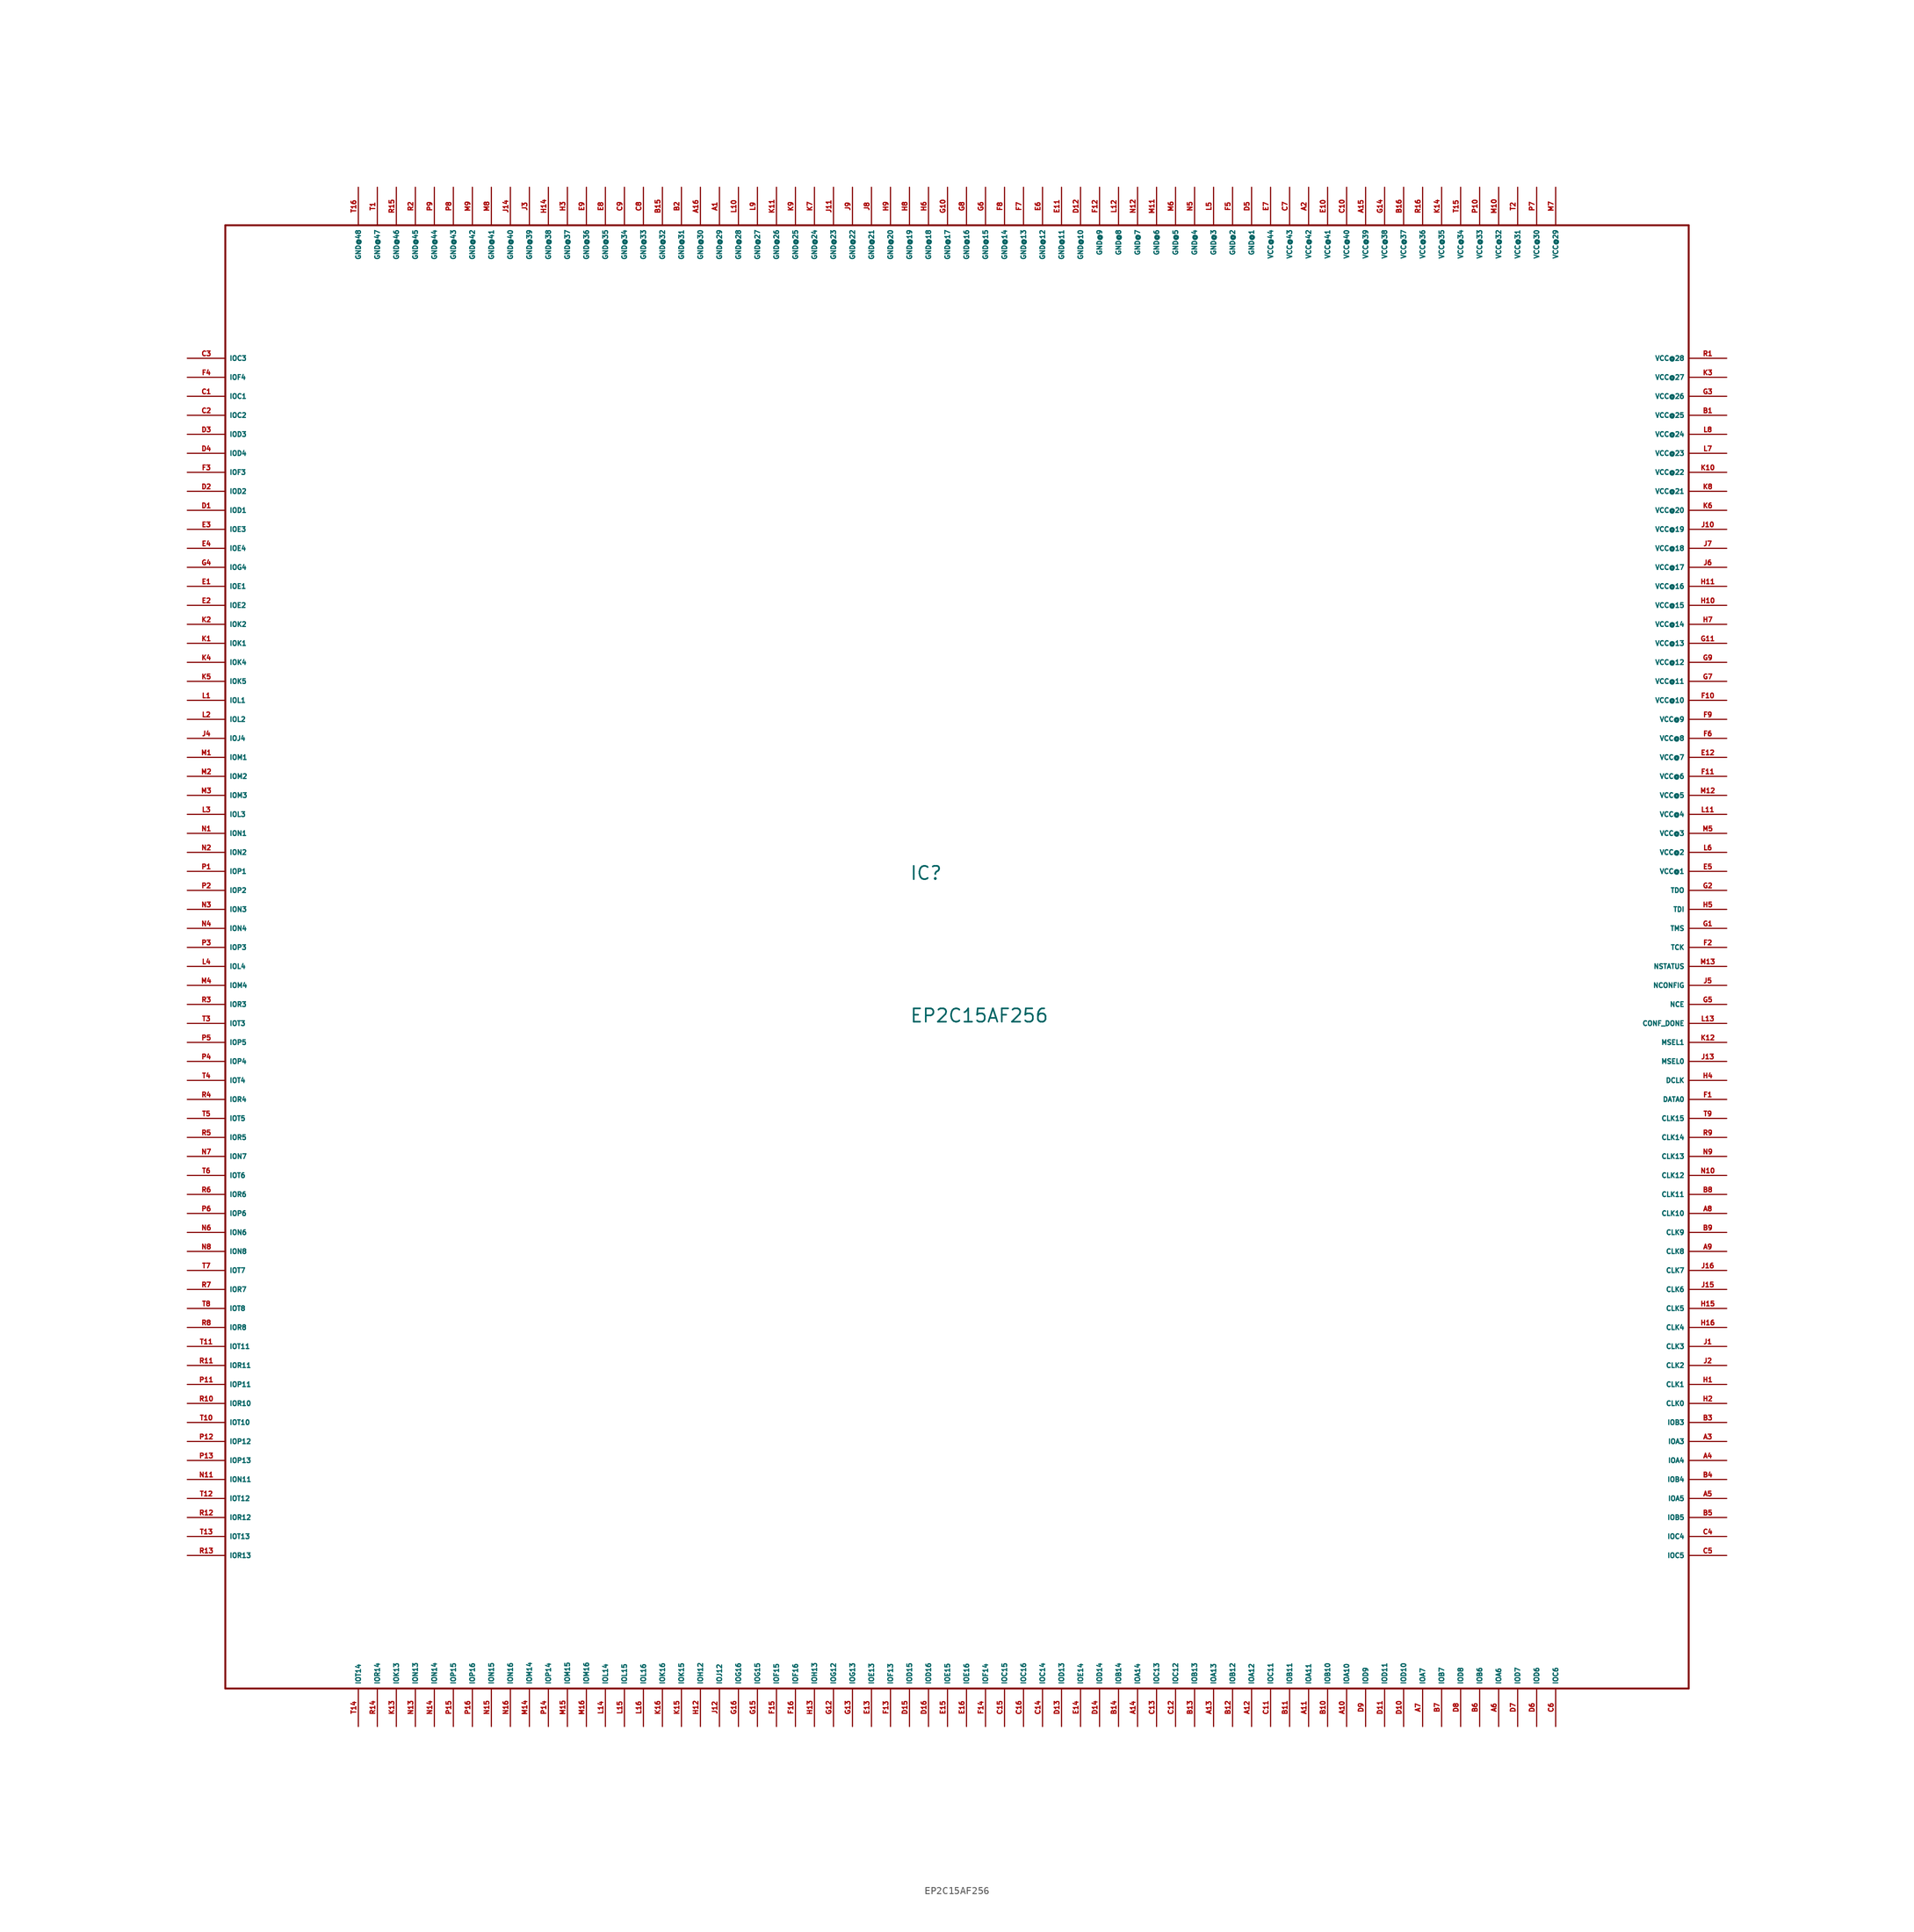
<source format=kicad_sym>
(kicad_symbol_lib
  (version 20220914)
  (generator Eagle2Kicad)
  (symbol "EP2C15AF256"
    (property "Reference" "IC"
      (at -5.08 8.89 0)
      (effects (font (size 1.778 1.778) (thickness 0.22)) (justify left bottom)))
    (property "Value" "EP2C15AF256"
      (at -5.08 -10.16 0)
      (effects (font (size 1.778 1.778) (thickness 0.22)) (justify left bottom)))
    (polyline
      (pts (xy -96.52 96.52) (xy 99.06 96.52))
      (stroke (width 0.254) (type default))
      (fill (type none)))
    (polyline
      (pts (xy 99.06 96.52) (xy 99.06 -99.06))
      (stroke (width 0.254) (type default))
      (fill (type none)))
    (polyline
      (pts (xy 99.06 -99.06) (xy -96.52 -99.06))
      (stroke (width 0.254) (type default))
      (fill (type none)))
    (polyline
      (pts (xy -96.52 -99.06) (xy -96.52 96.52))
      (stroke (width 0.254) (type default))
      (fill (type none)))
    (pin output line
      (at -101.6 78.74 0)
      (length 5.08)
      (name "IOC3" (effects (font (size 0.635 0.635) (thickness 0.08)) (justify left bottom)))
      (number "C3" (effects (font (size 0.635 0.635) (thickness 0.08)) (justify left bottom))))
    (pin output line
      (at -101.6 76.2 0)
      (length 5.08)
      (name "IOF4" (effects (font (size 0.635 0.635) (thickness 0.08)) (justify left bottom)))
      (number "F4" (effects (font (size 0.635 0.635) (thickness 0.08)) (justify left bottom))))
    (pin bidirectional line
      (at -101.6 73.66 0)
      (length 5.08)
      (name "IOC1" (effects (font (size 0.635 0.635) (thickness 0.08)) (justify left bottom)))
      (number "C1" (effects (font (size 0.635 0.635) (thickness 0.08)) (justify left bottom))))
    (pin bidirectional line
      (at -101.6 71.12 0)
      (length 5.08)
      (name "IOC2" (effects (font (size 0.635 0.635) (thickness 0.08)) (justify left bottom)))
      (number "C2" (effects (font (size 0.635 0.635) (thickness 0.08)) (justify left bottom))))
    (pin bidirectional line
      (at -101.6 68.58 0)
      (length 5.08)
      (name "IOD3" (effects (font (size 0.635 0.635) (thickness 0.08)) (justify left bottom)))
      (number "D3" (effects (font (size 0.635 0.635) (thickness 0.08)) (justify left bottom))))
    (pin bidirectional line
      (at -101.6 66.04 0)
      (length 5.08)
      (name "IOD4" (effects (font (size 0.635 0.635) (thickness 0.08)) (justify left bottom)))
      (number "D4" (effects (font (size 0.635 0.635) (thickness 0.08)) (justify left bottom))))
    (pin bidirectional line
      (at -101.6 63.5 0)
      (length 5.08)
      (name "IOF3" (effects (font (size 0.635 0.635) (thickness 0.08)) (justify left bottom)))
      (number "F3" (effects (font (size 0.635 0.635) (thickness 0.08)) (justify left bottom))))
    (pin bidirectional line
      (at -101.6 60.96 0)
      (length 5.08)
      (name "IOD2" (effects (font (size 0.635 0.635) (thickness 0.08)) (justify left bottom)))
      (number "D2" (effects (font (size 0.635 0.635) (thickness 0.08)) (justify left bottom))))
    (pin bidirectional line
      (at -101.6 58.42 0)
      (length 5.08)
      (name "IOD1" (effects (font (size 0.635 0.635) (thickness 0.08)) (justify left bottom)))
      (number "D1" (effects (font (size 0.635 0.635) (thickness 0.08)) (justify left bottom))))
    (pin bidirectional line
      (at -101.6 55.88 0)
      (length 5.08)
      (name "IOE3" (effects (font (size 0.635 0.635) (thickness 0.08)) (justify left bottom)))
      (number "E3" (effects (font (size 0.635 0.635) (thickness 0.08)) (justify left bottom))))
    (pin bidirectional line
      (at -101.6 53.34 0)
      (length 5.08)
      (name "IOE4" (effects (font (size 0.635 0.635) (thickness 0.08)) (justify left bottom)))
      (number "E4" (effects (font (size 0.635 0.635) (thickness 0.08)) (justify left bottom))))
    (pin bidirectional line
      (at -101.6 50.8 0)
      (length 5.08)
      (name "IOG4" (effects (font (size 0.635 0.635) (thickness 0.08)) (justify left bottom)))
      (number "G4" (effects (font (size 0.635 0.635) (thickness 0.08)) (justify left bottom))))
    (pin bidirectional line
      (at -101.6 48.26 0)
      (length 5.08)
      (name "IOE1" (effects (font (size 0.635 0.635) (thickness 0.08)) (justify left bottom)))
      (number "E1" (effects (font (size 0.635 0.635) (thickness 0.08)) (justify left bottom))))
    (pin bidirectional line
      (at -101.6 45.72 0)
      (length 5.08)
      (name "IOE2" (effects (font (size 0.635 0.635) (thickness 0.08)) (justify left bottom)))
      (number "E2" (effects (font (size 0.635 0.635) (thickness 0.08)) (justify left bottom))))
    (pin bidirectional line
      (at -101.6 43.18 0)
      (length 5.08)
      (name "IOK2" (effects (font (size 0.635 0.635) (thickness 0.08)) (justify left bottom)))
      (number "K2" (effects (font (size 0.635 0.635) (thickness 0.08)) (justify left bottom))))
    (pin bidirectional line
      (at -101.6 40.64 0)
      (length 5.08)
      (name "IOK1" (effects (font (size 0.635 0.635) (thickness 0.08)) (justify left bottom)))
      (number "K1" (effects (font (size 0.635 0.635) (thickness 0.08)) (justify left bottom))))
    (pin bidirectional line
      (at -101.6 38.1 0)
      (length 5.08)
      (name "IOK4" (effects (font (size 0.635 0.635) (thickness 0.08)) (justify left bottom)))
      (number "K4" (effects (font (size 0.635 0.635) (thickness 0.08)) (justify left bottom))))
    (pin bidirectional line
      (at -101.6 35.56 0)
      (length 5.08)
      (name "IOK5" (effects (font (size 0.635 0.635) (thickness 0.08)) (justify left bottom)))
      (number "K5" (effects (font (size 0.635 0.635) (thickness 0.08)) (justify left bottom))))
    (pin bidirectional line
      (at -101.6 33.02 0)
      (length 5.08)
      (name "IOL1" (effects (font (size 0.635 0.635) (thickness 0.08)) (justify left bottom)))
      (number "L1" (effects (font (size 0.635 0.635) (thickness 0.08)) (justify left bottom))))
    (pin bidirectional line
      (at -101.6 30.48 0)
      (length 5.08)
      (name "IOL2" (effects (font (size 0.635 0.635) (thickness 0.08)) (justify left bottom)))
      (number "L2" (effects (font (size 0.635 0.635) (thickness 0.08)) (justify left bottom))))
    (pin bidirectional line
      (at -101.6 27.94 0)
      (length 5.08)
      (name "IOJ4" (effects (font (size 0.635 0.635) (thickness 0.08)) (justify left bottom)))
      (number "J4" (effects (font (size 0.635 0.635) (thickness 0.08)) (justify left bottom))))
    (pin bidirectional line
      (at -101.6 25.4 0)
      (length 5.08)
      (name "IOM1" (effects (font (size 0.635 0.635) (thickness 0.08)) (justify left bottom)))
      (number "M1" (effects (font (size 0.635 0.635) (thickness 0.08)) (justify left bottom))))
    (pin bidirectional line
      (at -101.6 22.86 0)
      (length 5.08)
      (name "IOM2" (effects (font (size 0.635 0.635) (thickness 0.08)) (justify left bottom)))
      (number "M2" (effects (font (size 0.635 0.635) (thickness 0.08)) (justify left bottom))))
    (pin bidirectional line
      (at -101.6 20.32 0)
      (length 5.08)
      (name "IOM3" (effects (font (size 0.635 0.635) (thickness 0.08)) (justify left bottom)))
      (number "M3" (effects (font (size 0.635 0.635) (thickness 0.08)) (justify left bottom))))
    (pin bidirectional line
      (at -101.6 17.78 0)
      (length 5.08)
      (name "IOL3" (effects (font (size 0.635 0.635) (thickness 0.08)) (justify left bottom)))
      (number "L3" (effects (font (size 0.635 0.635) (thickness 0.08)) (justify left bottom))))
    (pin bidirectional line
      (at -101.6 15.24 0)
      (length 5.08)
      (name "ION1" (effects (font (size 0.635 0.635) (thickness 0.08)) (justify left bottom)))
      (number "N1" (effects (font (size 0.635 0.635) (thickness 0.08)) (justify left bottom))))
    (pin bidirectional line
      (at -101.6 12.7 0)
      (length 5.08)
      (name "ION2" (effects (font (size 0.635 0.635) (thickness 0.08)) (justify left bottom)))
      (number "N2" (effects (font (size 0.635 0.635) (thickness 0.08)) (justify left bottom))))
    (pin bidirectional line
      (at -101.6 10.16 0)
      (length 5.08)
      (name "IOP1" (effects (font (size 0.635 0.635) (thickness 0.08)) (justify left bottom)))
      (number "P1" (effects (font (size 0.635 0.635) (thickness 0.08)) (justify left bottom))))
    (pin bidirectional line
      (at -101.6 7.62 0)
      (length 5.08)
      (name "IOP2" (effects (font (size 0.635 0.635) (thickness 0.08)) (justify left bottom)))
      (number "P2" (effects (font (size 0.635 0.635) (thickness 0.08)) (justify left bottom))))
    (pin bidirectional line
      (at -101.6 5.08 0)
      (length 5.08)
      (name "ION3" (effects (font (size 0.635 0.635) (thickness 0.08)) (justify left bottom)))
      (number "N3" (effects (font (size 0.635 0.635) (thickness 0.08)) (justify left bottom))))
    (pin bidirectional line
      (at -101.6 2.54 0)
      (length 5.08)
      (name "ION4" (effects (font (size 0.635 0.635) (thickness 0.08)) (justify left bottom)))
      (number "N4" (effects (font (size 0.635 0.635) (thickness 0.08)) (justify left bottom))))
    (pin bidirectional line
      (at -101.6 0 0)
      (length 5.08)
      (name "IOP3" (effects (font (size 0.635 0.635) (thickness 0.08)) (justify left bottom)))
      (number "P3" (effects (font (size 0.635 0.635) (thickness 0.08)) (justify left bottom))))
    (pin bidirectional line
      (at -101.6 -2.54 0)
      (length 5.08)
      (name "IOL4" (effects (font (size 0.635 0.635) (thickness 0.08)) (justify left bottom)))
      (number "L4" (effects (font (size 0.635 0.635) (thickness 0.08)) (justify left bottom))))
    (pin bidirectional line
      (at -101.6 -5.08 0)
      (length 5.08)
      (name "IOM4" (effects (font (size 0.635 0.635) (thickness 0.08)) (justify left bottom)))
      (number "M4" (effects (font (size 0.635 0.635) (thickness 0.08)) (justify left bottom))))
    (pin bidirectional line
      (at -101.6 -7.62 0)
      (length 5.08)
      (name "IOR3" (effects (font (size 0.635 0.635) (thickness 0.08)) (justify left bottom)))
      (number "R3" (effects (font (size 0.635 0.635) (thickness 0.08)) (justify left bottom))))
    (pin bidirectional line
      (at -101.6 -10.16 0)
      (length 5.08)
      (name "IOT3" (effects (font (size 0.635 0.635) (thickness 0.08)) (justify left bottom)))
      (number "T3" (effects (font (size 0.635 0.635) (thickness 0.08)) (justify left bottom))))
    (pin bidirectional line
      (at -101.6 -12.7 0)
      (length 5.08)
      (name "IOP5" (effects (font (size 0.635 0.635) (thickness 0.08)) (justify left bottom)))
      (number "P5" (effects (font (size 0.635 0.635) (thickness 0.08)) (justify left bottom))))
    (pin bidirectional line
      (at -101.6 -15.24 0)
      (length 5.08)
      (name "IOP4" (effects (font (size 0.635 0.635) (thickness 0.08)) (justify left bottom)))
      (number "P4" (effects (font (size 0.635 0.635) (thickness 0.08)) (justify left bottom))))
    (pin bidirectional line
      (at -101.6 -17.78 0)
      (length 5.08)
      (name "IOT4" (effects (font (size 0.635 0.635) (thickness 0.08)) (justify left bottom)))
      (number "T4" (effects (font (size 0.635 0.635) (thickness 0.08)) (justify left bottom))))
    (pin bidirectional line
      (at -101.6 -20.32 0)
      (length 5.08)
      (name "IOR4" (effects (font (size 0.635 0.635) (thickness 0.08)) (justify left bottom)))
      (number "R4" (effects (font (size 0.635 0.635) (thickness 0.08)) (justify left bottom))))
    (pin bidirectional line
      (at -101.6 -22.86 0)
      (length 5.08)
      (name "IOT5" (effects (font (size 0.635 0.635) (thickness 0.08)) (justify left bottom)))
      (number "T5" (effects (font (size 0.635 0.635) (thickness 0.08)) (justify left bottom))))
    (pin bidirectional line
      (at -101.6 -25.4 0)
      (length 5.08)
      (name "IOR5" (effects (font (size 0.635 0.635) (thickness 0.08)) (justify left bottom)))
      (number "R5" (effects (font (size 0.635 0.635) (thickness 0.08)) (justify left bottom))))
    (pin bidirectional line
      (at -101.6 -27.94 0)
      (length 5.08)
      (name "ION7" (effects (font (size 0.635 0.635) (thickness 0.08)) (justify left bottom)))
      (number "N7" (effects (font (size 0.635 0.635) (thickness 0.08)) (justify left bottom))))
    (pin bidirectional line
      (at -101.6 -30.48 0)
      (length 5.08)
      (name "IOT6" (effects (font (size 0.635 0.635) (thickness 0.08)) (justify left bottom)))
      (number "T6" (effects (font (size 0.635 0.635) (thickness 0.08)) (justify left bottom))))
    (pin bidirectional line
      (at -101.6 -33.02 0)
      (length 5.08)
      (name "IOR6" (effects (font (size 0.635 0.635) (thickness 0.08)) (justify left bottom)))
      (number "R6" (effects (font (size 0.635 0.635) (thickness 0.08)) (justify left bottom))))
    (pin bidirectional line
      (at -101.6 -35.56 0)
      (length 5.08)
      (name "IOP6" (effects (font (size 0.635 0.635) (thickness 0.08)) (justify left bottom)))
      (number "P6" (effects (font (size 0.635 0.635) (thickness 0.08)) (justify left bottom))))
    (pin bidirectional line
      (at -101.6 -38.1 0)
      (length 5.08)
      (name "ION6" (effects (font (size 0.635 0.635) (thickness 0.08)) (justify left bottom)))
      (number "N6" (effects (font (size 0.635 0.635) (thickness 0.08)) (justify left bottom))))
    (pin bidirectional line
      (at -101.6 -40.64 0)
      (length 5.08)
      (name "ION8" (effects (font (size 0.635 0.635) (thickness 0.08)) (justify left bottom)))
      (number "N8" (effects (font (size 0.635 0.635) (thickness 0.08)) (justify left bottom))))
    (pin bidirectional line
      (at -101.6 -43.18 0)
      (length 5.08)
      (name "IOT7" (effects (font (size 0.635 0.635) (thickness 0.08)) (justify left bottom)))
      (number "T7" (effects (font (size 0.635 0.635) (thickness 0.08)) (justify left bottom))))
    (pin bidirectional line
      (at -101.6 -45.72 0)
      (length 5.08)
      (name "IOR7" (effects (font (size 0.635 0.635) (thickness 0.08)) (justify left bottom)))
      (number "R7" (effects (font (size 0.635 0.635) (thickness 0.08)) (justify left bottom))))
    (pin bidirectional line
      (at -101.6 -48.26 0)
      (length 5.08)
      (name "IOT8" (effects (font (size 0.635 0.635) (thickness 0.08)) (justify left bottom)))
      (number "T8" (effects (font (size 0.635 0.635) (thickness 0.08)) (justify left bottom))))
    (pin bidirectional line
      (at -101.6 -50.8 0)
      (length 5.08)
      (name "IOR8" (effects (font (size 0.635 0.635) (thickness 0.08)) (justify left bottom)))
      (number "R8" (effects (font (size 0.635 0.635) (thickness 0.08)) (justify left bottom))))
    (pin bidirectional line
      (at -101.6 -53.34 0)
      (length 5.08)
      (name "IOT11" (effects (font (size 0.635 0.635) (thickness 0.08)) (justify left bottom)))
      (number "T11" (effects (font (size 0.635 0.635) (thickness 0.08)) (justify left bottom))))
    (pin bidirectional line
      (at -101.6 -55.88 0)
      (length 5.08)
      (name "IOR11" (effects (font (size 0.635 0.635) (thickness 0.08)) (justify left bottom)))
      (number "R11" (effects (font (size 0.635 0.635) (thickness 0.08)) (justify left bottom))))
    (pin bidirectional line
      (at -101.6 -58.42 0)
      (length 5.08)
      (name "IOP11" (effects (font (size 0.635 0.635) (thickness 0.08)) (justify left bottom)))
      (number "P11" (effects (font (size 0.635 0.635) (thickness 0.08)) (justify left bottom))))
    (pin bidirectional line
      (at -101.6 -60.96 0)
      (length 5.08)
      (name "IOR10" (effects (font (size 0.635 0.635) (thickness 0.08)) (justify left bottom)))
      (number "R10" (effects (font (size 0.635 0.635) (thickness 0.08)) (justify left bottom))))
    (pin bidirectional line
      (at -101.6 -63.5 0)
      (length 5.08)
      (name "IOT10" (effects (font (size 0.635 0.635) (thickness 0.08)) (justify left bottom)))
      (number "T10" (effects (font (size 0.635 0.635) (thickness 0.08)) (justify left bottom))))
    (pin bidirectional line
      (at -101.6 -66.04 0)
      (length 5.08)
      (name "IOP12" (effects (font (size 0.635 0.635) (thickness 0.08)) (justify left bottom)))
      (number "P12" (effects (font (size 0.635 0.635) (thickness 0.08)) (justify left bottom))))
    (pin bidirectional line
      (at -101.6 -68.58 0)
      (length 5.08)
      (name "IOP13" (effects (font (size 0.635 0.635) (thickness 0.08)) (justify left bottom)))
      (number "P13" (effects (font (size 0.635 0.635) (thickness 0.08)) (justify left bottom))))
    (pin bidirectional line
      (at -101.6 -71.12 0)
      (length 5.08)
      (name "ION11" (effects (font (size 0.635 0.635) (thickness 0.08)) (justify left bottom)))
      (number "N11" (effects (font (size 0.635 0.635) (thickness 0.08)) (justify left bottom))))
    (pin bidirectional line
      (at -101.6 -73.66 0)
      (length 5.08)
      (name "IOT12" (effects (font (size 0.635 0.635) (thickness 0.08)) (justify left bottom)))
      (number "T12" (effects (font (size 0.635 0.635) (thickness 0.08)) (justify left bottom))))
    (pin bidirectional line
      (at -101.6 -76.2 0)
      (length 5.08)
      (name "IOR12" (effects (font (size 0.635 0.635) (thickness 0.08)) (justify left bottom)))
      (number "R12" (effects (font (size 0.635 0.635) (thickness 0.08)) (justify left bottom))))
    (pin bidirectional line
      (at -101.6 -78.74 0)
      (length 5.08)
      (name "IOT13" (effects (font (size 0.635 0.635) (thickness 0.08)) (justify left bottom)))
      (number "T13" (effects (font (size 0.635 0.635) (thickness 0.08)) (justify left bottom))))
    (pin bidirectional line
      (at -101.6 -81.28 0)
      (length 5.08)
      (name "IOR13" (effects (font (size 0.635 0.635) (thickness 0.08)) (justify left bottom)))
      (number "R13" (effects (font (size 0.635 0.635) (thickness 0.08)) (justify left bottom))))
    (pin bidirectional line
      (at -78.74 -104.14 90)
      (length 5.08)
      (name "IOT14" (effects (font (size 0.635 0.635) (thickness 0.08)) (justify left bottom)))
      (number "T14" (effects (font (size 0.635 0.635) (thickness 0.08)) (justify left bottom))))
    (pin bidirectional line
      (at -76.2 -104.14 90)
      (length 5.08)
      (name "IOR14" (effects (font (size 0.635 0.635) (thickness 0.08)) (justify left bottom)))
      (number "R14" (effects (font (size 0.635 0.635) (thickness 0.08)) (justify left bottom))))
    (pin bidirectional line
      (at -73.66 -104.14 90)
      (length 5.08)
      (name "IOK13" (effects (font (size 0.635 0.635) (thickness 0.08)) (justify left bottom)))
      (number "K13" (effects (font (size 0.635 0.635) (thickness 0.08)) (justify left bottom))))
    (pin bidirectional line
      (at -71.12 -104.14 90)
      (length 5.08)
      (name "ION13" (effects (font (size 0.635 0.635) (thickness 0.08)) (justify left bottom)))
      (number "N13" (effects (font (size 0.635 0.635) (thickness 0.08)) (justify left bottom))))
    (pin bidirectional line
      (at -68.58 -104.14 90)
      (length 5.08)
      (name "ION14" (effects (font (size 0.635 0.635) (thickness 0.08)) (justify left bottom)))
      (number "N14" (effects (font (size 0.635 0.635) (thickness 0.08)) (justify left bottom))))
    (pin bidirectional line
      (at -66.04 -104.14 90)
      (length 5.08)
      (name "IOP15" (effects (font (size 0.635 0.635) (thickness 0.08)) (justify left bottom)))
      (number "P15" (effects (font (size 0.635 0.635) (thickness 0.08)) (justify left bottom))))
    (pin bidirectional line
      (at -63.5 -104.14 90)
      (length 5.08)
      (name "IOP16" (effects (font (size 0.635 0.635) (thickness 0.08)) (justify left bottom)))
      (number "P16" (effects (font (size 0.635 0.635) (thickness 0.08)) (justify left bottom))))
    (pin bidirectional line
      (at -60.96 -104.14 90)
      (length 5.08)
      (name "ION15" (effects (font (size 0.635 0.635) (thickness 0.08)) (justify left bottom)))
      (number "N15" (effects (font (size 0.635 0.635) (thickness 0.08)) (justify left bottom))))
    (pin bidirectional line
      (at -58.42 -104.14 90)
      (length 5.08)
      (name "ION16" (effects (font (size 0.635 0.635) (thickness 0.08)) (justify left bottom)))
      (number "N16" (effects (font (size 0.635 0.635) (thickness 0.08)) (justify left bottom))))
    (pin bidirectional line
      (at -55.88 -104.14 90)
      (length 5.08)
      (name "IOM14" (effects (font (size 0.635 0.635) (thickness 0.08)) (justify left bottom)))
      (number "M14" (effects (font (size 0.635 0.635) (thickness 0.08)) (justify left bottom))))
    (pin bidirectional line
      (at -53.34 -104.14 90)
      (length 5.08)
      (name "IOP14" (effects (font (size 0.635 0.635) (thickness 0.08)) (justify left bottom)))
      (number "P14" (effects (font (size 0.635 0.635) (thickness 0.08)) (justify left bottom))))
    (pin bidirectional line
      (at -50.8 -104.14 90)
      (length 5.08)
      (name "IOM15" (effects (font (size 0.635 0.635) (thickness 0.08)) (justify left bottom)))
      (number "M15" (effects (font (size 0.635 0.635) (thickness 0.08)) (justify left bottom))))
    (pin bidirectional line
      (at -48.26 -104.14 90)
      (length 5.08)
      (name "IOM16" (effects (font (size 0.635 0.635) (thickness 0.08)) (justify left bottom)))
      (number "M16" (effects (font (size 0.635 0.635) (thickness 0.08)) (justify left bottom))))
    (pin bidirectional line
      (at -45.72 -104.14 90)
      (length 5.08)
      (name "IOL14" (effects (font (size 0.635 0.635) (thickness 0.08)) (justify left bottom)))
      (number "L14" (effects (font (size 0.635 0.635) (thickness 0.08)) (justify left bottom))))
    (pin bidirectional line
      (at -43.18 -104.14 90)
      (length 5.08)
      (name "IOL15" (effects (font (size 0.635 0.635) (thickness 0.08)) (justify left bottom)))
      (number "L15" (effects (font (size 0.635 0.635) (thickness 0.08)) (justify left bottom))))
    (pin bidirectional line
      (at -40.64 -104.14 90)
      (length 5.08)
      (name "IOL16" (effects (font (size 0.635 0.635) (thickness 0.08)) (justify left bottom)))
      (number "L16" (effects (font (size 0.635 0.635) (thickness 0.08)) (justify left bottom))))
    (pin bidirectional line
      (at -38.1 -104.14 90)
      (length 5.08)
      (name "IOK16" (effects (font (size 0.635 0.635) (thickness 0.08)) (justify left bottom)))
      (number "K16" (effects (font (size 0.635 0.635) (thickness 0.08)) (justify left bottom))))
    (pin bidirectional line
      (at -35.56 -104.14 90)
      (length 5.08)
      (name "IOK15" (effects (font (size 0.635 0.635) (thickness 0.08)) (justify left bottom)))
      (number "K15" (effects (font (size 0.635 0.635) (thickness 0.08)) (justify left bottom))))
    (pin bidirectional line
      (at -33.02 -104.14 90)
      (length 5.08)
      (name "IOH12" (effects (font (size 0.635 0.635) (thickness 0.08)) (justify left bottom)))
      (number "H12" (effects (font (size 0.635 0.635) (thickness 0.08)) (justify left bottom))))
    (pin bidirectional line
      (at -30.48 -104.14 90)
      (length 5.08)
      (name "IOJ12" (effects (font (size 0.635 0.635) (thickness 0.08)) (justify left bottom)))
      (number "J12" (effects (font (size 0.635 0.635) (thickness 0.08)) (justify left bottom))))
    (pin bidirectional line
      (at -27.94 -104.14 90)
      (length 5.08)
      (name "IOG16" (effects (font (size 0.635 0.635) (thickness 0.08)) (justify left bottom)))
      (number "G16" (effects (font (size 0.635 0.635) (thickness 0.08)) (justify left bottom))))
    (pin bidirectional line
      (at -25.4 -104.14 90)
      (length 5.08)
      (name "IOG15" (effects (font (size 0.635 0.635) (thickness 0.08)) (justify left bottom)))
      (number "G15" (effects (font (size 0.635 0.635) (thickness 0.08)) (justify left bottom))))
    (pin bidirectional line
      (at -22.86 -104.14 90)
      (length 5.08)
      (name "IOF15" (effects (font (size 0.635 0.635) (thickness 0.08)) (justify left bottom)))
      (number "F15" (effects (font (size 0.635 0.635) (thickness 0.08)) (justify left bottom))))
    (pin bidirectional line
      (at -20.32 -104.14 90)
      (length 5.08)
      (name "IOF16" (effects (font (size 0.635 0.635) (thickness 0.08)) (justify left bottom)))
      (number "F16" (effects (font (size 0.635 0.635) (thickness 0.08)) (justify left bottom))))
    (pin bidirectional line
      (at -17.78 -104.14 90)
      (length 5.08)
      (name "IOH13" (effects (font (size 0.635 0.635) (thickness 0.08)) (justify left bottom)))
      (number "H13" (effects (font (size 0.635 0.635) (thickness 0.08)) (justify left bottom))))
    (pin bidirectional line
      (at -15.24 -104.14 90)
      (length 5.08)
      (name "IOG12" (effects (font (size 0.635 0.635) (thickness 0.08)) (justify left bottom)))
      (number "G12" (effects (font (size 0.635 0.635) (thickness 0.08)) (justify left bottom))))
    (pin bidirectional line
      (at -12.7 -104.14 90)
      (length 5.08)
      (name "IOG13" (effects (font (size 0.635 0.635) (thickness 0.08)) (justify left bottom)))
      (number "G13" (effects (font (size 0.635 0.635) (thickness 0.08)) (justify left bottom))))
    (pin bidirectional line
      (at -10.16 -104.14 90)
      (length 5.08)
      (name "IOE13" (effects (font (size 0.635 0.635) (thickness 0.08)) (justify left bottom)))
      (number "E13" (effects (font (size 0.635 0.635) (thickness 0.08)) (justify left bottom))))
    (pin bidirectional line
      (at -7.62 -104.14 90)
      (length 5.08)
      (name "IOF13" (effects (font (size 0.635 0.635) (thickness 0.08)) (justify left bottom)))
      (number "F13" (effects (font (size 0.635 0.635) (thickness 0.08)) (justify left bottom))))
    (pin bidirectional line
      (at -5.08 -104.14 90)
      (length 5.08)
      (name "IOD15" (effects (font (size 0.635 0.635) (thickness 0.08)) (justify left bottom)))
      (number "D15" (effects (font (size 0.635 0.635) (thickness 0.08)) (justify left bottom))))
    (pin bidirectional line
      (at -2.54 -104.14 90)
      (length 5.08)
      (name "IOD16" (effects (font (size 0.635 0.635) (thickness 0.08)) (justify left bottom)))
      (number "D16" (effects (font (size 0.635 0.635) (thickness 0.08)) (justify left bottom))))
    (pin bidirectional line
      (at 0 -104.14 90)
      (length 5.08)
      (name "IOE15" (effects (font (size 0.635 0.635) (thickness 0.08)) (justify left bottom)))
      (number "E15" (effects (font (size 0.635 0.635) (thickness 0.08)) (justify left bottom))))
    (pin bidirectional line
      (at 2.54 -104.14 90)
      (length 5.08)
      (name "IOE16" (effects (font (size 0.635 0.635) (thickness 0.08)) (justify left bottom)))
      (number "E16" (effects (font (size 0.635 0.635) (thickness 0.08)) (justify left bottom))))
    (pin bidirectional line
      (at 5.08 -104.14 90)
      (length 5.08)
      (name "IOF14" (effects (font (size 0.635 0.635) (thickness 0.08)) (justify left bottom)))
      (number "F14" (effects (font (size 0.635 0.635) (thickness 0.08)) (justify left bottom))))
    (pin bidirectional line
      (at 7.62 -104.14 90)
      (length 5.08)
      (name "IOC15" (effects (font (size 0.635 0.635) (thickness 0.08)) (justify left bottom)))
      (number "C15" (effects (font (size 0.635 0.635) (thickness 0.08)) (justify left bottom))))
    (pin bidirectional line
      (at 10.16 -104.14 90)
      (length 5.08)
      (name "IOC16" (effects (font (size 0.635 0.635) (thickness 0.08)) (justify left bottom)))
      (number "C16" (effects (font (size 0.635 0.635) (thickness 0.08)) (justify left bottom))))
    (pin bidirectional line
      (at 12.7 -104.14 90)
      (length 5.08)
      (name "IOC14" (effects (font (size 0.635 0.635) (thickness 0.08)) (justify left bottom)))
      (number "C14" (effects (font (size 0.635 0.635) (thickness 0.08)) (justify left bottom))))
    (pin bidirectional line
      (at 15.24 -104.14 90)
      (length 5.08)
      (name "IOD13" (effects (font (size 0.635 0.635) (thickness 0.08)) (justify left bottom)))
      (number "D13" (effects (font (size 0.635 0.635) (thickness 0.08)) (justify left bottom))))
    (pin bidirectional line
      (at 17.78 -104.14 90)
      (length 5.08)
      (name "IOE14" (effects (font (size 0.635 0.635) (thickness 0.08)) (justify left bottom)))
      (number "E14" (effects (font (size 0.635 0.635) (thickness 0.08)) (justify left bottom))))
    (pin bidirectional line
      (at 20.32 -104.14 90)
      (length 5.08)
      (name "IOD14" (effects (font (size 0.635 0.635) (thickness 0.08)) (justify left bottom)))
      (number "D14" (effects (font (size 0.635 0.635) (thickness 0.08)) (justify left bottom))))
    (pin bidirectional line
      (at 22.86 -104.14 90)
      (length 5.08)
      (name "IOB14" (effects (font (size 0.635 0.635) (thickness 0.08)) (justify left bottom)))
      (number "B14" (effects (font (size 0.635 0.635) (thickness 0.08)) (justify left bottom))))
    (pin bidirectional line
      (at 25.4 -104.14 90)
      (length 5.08)
      (name "IOA14" (effects (font (size 0.635 0.635) (thickness 0.08)) (justify left bottom)))
      (number "A14" (effects (font (size 0.635 0.635) (thickness 0.08)) (justify left bottom))))
    (pin bidirectional line
      (at 27.94 -104.14 90)
      (length 5.08)
      (name "IOC13" (effects (font (size 0.635 0.635) (thickness 0.08)) (justify left bottom)))
      (number "C13" (effects (font (size 0.635 0.635) (thickness 0.08)) (justify left bottom))))
    (pin bidirectional line
      (at 30.48 -104.14 90)
      (length 5.08)
      (name "IOC12" (effects (font (size 0.635 0.635) (thickness 0.08)) (justify left bottom)))
      (number "C12" (effects (font (size 0.635 0.635) (thickness 0.08)) (justify left bottom))))
    (pin bidirectional line
      (at 33.02 -104.14 90)
      (length 5.08)
      (name "IOB13" (effects (font (size 0.635 0.635) (thickness 0.08)) (justify left bottom)))
      (number "B13" (effects (font (size 0.635 0.635) (thickness 0.08)) (justify left bottom))))
    (pin bidirectional line
      (at 35.56 -104.14 90)
      (length 5.08)
      (name "IOA13" (effects (font (size 0.635 0.635) (thickness 0.08)) (justify left bottom)))
      (number "A13" (effects (font (size 0.635 0.635) (thickness 0.08)) (justify left bottom))))
    (pin bidirectional line
      (at 38.1 -104.14 90)
      (length 5.08)
      (name "IOB12" (effects (font (size 0.635 0.635) (thickness 0.08)) (justify left bottom)))
      (number "B12" (effects (font (size 0.635 0.635) (thickness 0.08)) (justify left bottom))))
    (pin bidirectional line
      (at 40.64 -104.14 90)
      (length 5.08)
      (name "IOA12" (effects (font (size 0.635 0.635) (thickness 0.08)) (justify left bottom)))
      (number "A12" (effects (font (size 0.635 0.635) (thickness 0.08)) (justify left bottom))))
    (pin bidirectional line
      (at 43.18 -104.14 90)
      (length 5.08)
      (name "IOC11" (effects (font (size 0.635 0.635) (thickness 0.08)) (justify left bottom)))
      (number "C11" (effects (font (size 0.635 0.635) (thickness 0.08)) (justify left bottom))))
    (pin bidirectional line
      (at 45.72 -104.14 90)
      (length 5.08)
      (name "IOB11" (effects (font (size 0.635 0.635) (thickness 0.08)) (justify left bottom)))
      (number "B11" (effects (font (size 0.635 0.635) (thickness 0.08)) (justify left bottom))))
    (pin bidirectional line
      (at 48.26 -104.14 90)
      (length 5.08)
      (name "IOA11" (effects (font (size 0.635 0.635) (thickness 0.08)) (justify left bottom)))
      (number "A11" (effects (font (size 0.635 0.635) (thickness 0.08)) (justify left bottom))))
    (pin bidirectional line
      (at 50.8 -104.14 90)
      (length 5.08)
      (name "IOB10" (effects (font (size 0.635 0.635) (thickness 0.08)) (justify left bottom)))
      (number "B10" (effects (font (size 0.635 0.635) (thickness 0.08)) (justify left bottom))))
    (pin bidirectional line
      (at 53.34 -104.14 90)
      (length 5.08)
      (name "IOA10" (effects (font (size 0.635 0.635) (thickness 0.08)) (justify left bottom)))
      (number "A10" (effects (font (size 0.635 0.635) (thickness 0.08)) (justify left bottom))))
    (pin bidirectional line
      (at 55.88 -104.14 90)
      (length 5.08)
      (name "IOD9" (effects (font (size 0.635 0.635) (thickness 0.08)) (justify left bottom)))
      (number "D9" (effects (font (size 0.635 0.635) (thickness 0.08)) (justify left bottom))))
    (pin bidirectional line
      (at 58.42 -104.14 90)
      (length 5.08)
      (name "IOD11" (effects (font (size 0.635 0.635) (thickness 0.08)) (justify left bottom)))
      (number "D11" (effects (font (size 0.635 0.635) (thickness 0.08)) (justify left bottom))))
    (pin bidirectional line
      (at 60.96 -104.14 90)
      (length 5.08)
      (name "IOD10" (effects (font (size 0.635 0.635) (thickness 0.08)) (justify left bottom)))
      (number "D10" (effects (font (size 0.635 0.635) (thickness 0.08)) (justify left bottom))))
    (pin bidirectional line
      (at 63.5 -104.14 90)
      (length 5.08)
      (name "IOA7" (effects (font (size 0.635 0.635) (thickness 0.08)) (justify left bottom)))
      (number "A7" (effects (font (size 0.635 0.635) (thickness 0.08)) (justify left bottom))))
    (pin bidirectional line
      (at 66.04 -104.14 90)
      (length 5.08)
      (name "IOB7" (effects (font (size 0.635 0.635) (thickness 0.08)) (justify left bottom)))
      (number "B7" (effects (font (size 0.635 0.635) (thickness 0.08)) (justify left bottom))))
    (pin bidirectional line
      (at 68.58 -104.14 90)
      (length 5.08)
      (name "IOD8" (effects (font (size 0.635 0.635) (thickness 0.08)) (justify left bottom)))
      (number "D8" (effects (font (size 0.635 0.635) (thickness 0.08)) (justify left bottom))))
    (pin bidirectional line
      (at 71.12 -104.14 90)
      (length 5.08)
      (name "IOB6" (effects (font (size 0.635 0.635) (thickness 0.08)) (justify left bottom)))
      (number "B6" (effects (font (size 0.635 0.635) (thickness 0.08)) (justify left bottom))))
    (pin bidirectional line
      (at 73.66 -104.14 90)
      (length 5.08)
      (name "IOA6" (effects (font (size 0.635 0.635) (thickness 0.08)) (justify left bottom)))
      (number "A6" (effects (font (size 0.635 0.635) (thickness 0.08)) (justify left bottom))))
    (pin bidirectional line
      (at 76.2 -104.14 90)
      (length 5.08)
      (name "IOD7" (effects (font (size 0.635 0.635) (thickness 0.08)) (justify left bottom)))
      (number "D7" (effects (font (size 0.635 0.635) (thickness 0.08)) (justify left bottom))))
    (pin bidirectional line
      (at 78.74 -104.14 90)
      (length 5.08)
      (name "IOD6" (effects (font (size 0.635 0.635) (thickness 0.08)) (justify left bottom)))
      (number "D6" (effects (font (size 0.635 0.635) (thickness 0.08)) (justify left bottom))))
    (pin bidirectional line
      (at 81.28 -104.14 90)
      (length 5.08)
      (name "IOC6" (effects (font (size 0.635 0.635) (thickness 0.08)) (justify left bottom)))
      (number "C6" (effects (font (size 0.635 0.635) (thickness 0.08)) (justify left bottom))))
    (pin bidirectional line
      (at 104.14 -81.28 180)
      (length 5.08)
      (name "IOC5" (effects (font (size 0.635 0.635) (thickness 0.08)) (justify left bottom)))
      (number "C5" (effects (font (size 0.635 0.635) (thickness 0.08)) (justify left bottom))))
    (pin bidirectional line
      (at 104.14 -78.74 180)
      (length 5.08)
      (name "IOC4" (effects (font (size 0.635 0.635) (thickness 0.08)) (justify left bottom)))
      (number "C4" (effects (font (size 0.635 0.635) (thickness 0.08)) (justify left bottom))))
    (pin bidirectional line
      (at 104.14 -76.2 180)
      (length 5.08)
      (name "IOB5" (effects (font (size 0.635 0.635) (thickness 0.08)) (justify left bottom)))
      (number "B5" (effects (font (size 0.635 0.635) (thickness 0.08)) (justify left bottom))))
    (pin bidirectional line
      (at 104.14 -73.66 180)
      (length 5.08)
      (name "IOA5" (effects (font (size 0.635 0.635) (thickness 0.08)) (justify left bottom)))
      (number "A5" (effects (font (size 0.635 0.635) (thickness 0.08)) (justify left bottom))))
    (pin bidirectional line
      (at 104.14 -71.12 180)
      (length 5.08)
      (name "IOB4" (effects (font (size 0.635 0.635) (thickness 0.08)) (justify left bottom)))
      (number "B4" (effects (font (size 0.635 0.635) (thickness 0.08)) (justify left bottom))))
    (pin bidirectional line
      (at 104.14 -68.58 180)
      (length 5.08)
      (name "IOA4" (effects (font (size 0.635 0.635) (thickness 0.08)) (justify left bottom)))
      (number "A4" (effects (font (size 0.635 0.635) (thickness 0.08)) (justify left bottom))))
    (pin bidirectional line
      (at 104.14 -66.04 180)
      (length 5.08)
      (name "IOA3" (effects (font (size 0.635 0.635) (thickness 0.08)) (justify left bottom)))
      (number "A3" (effects (font (size 0.635 0.635) (thickness 0.08)) (justify left bottom))))
    (pin bidirectional line
      (at 104.14 -63.5 180)
      (length 5.08)
      (name "IOB3" (effects (font (size 0.635 0.635) (thickness 0.08)) (justify left bottom)))
      (number "B3" (effects (font (size 0.635 0.635) (thickness 0.08)) (justify left bottom))))
    (pin bidirectional line
      (at 104.14 -60.96 180)
      (length 5.08)
      (name "CLK0" (effects (font (size 0.635 0.635) (thickness 0.08)) (justify left bottom)))
      (number "H2" (effects (font (size 0.635 0.635) (thickness 0.08)) (justify left bottom))))
    (pin bidirectional line
      (at 104.14 -58.42 180)
      (length 5.08)
      (name "CLK1" (effects (font (size 0.635 0.635) (thickness 0.08)) (justify left bottom)))
      (number "H1" (effects (font (size 0.635 0.635) (thickness 0.08)) (justify left bottom))))
    (pin bidirectional line
      (at 104.14 -55.88 180)
      (length 5.08)
      (name "CLK2" (effects (font (size 0.635 0.635) (thickness 0.08)) (justify left bottom)))
      (number "J2" (effects (font (size 0.635 0.635) (thickness 0.08)) (justify left bottom))))
    (pin bidirectional line
      (at 104.14 -53.34 180)
      (length 5.08)
      (name "CLK3" (effects (font (size 0.635 0.635) (thickness 0.08)) (justify left bottom)))
      (number "J1" (effects (font (size 0.635 0.635) (thickness 0.08)) (justify left bottom))))
    (pin bidirectional line
      (at 104.14 -50.8 180)
      (length 5.08)
      (name "CLK4" (effects (font (size 0.635 0.635) (thickness 0.08)) (justify left bottom)))
      (number "H16" (effects (font (size 0.635 0.635) (thickness 0.08)) (justify left bottom))))
    (pin bidirectional line
      (at 104.14 -48.26 180)
      (length 5.08)
      (name "CLK5" (effects (font (size 0.635 0.635) (thickness 0.08)) (justify left bottom)))
      (number "H15" (effects (font (size 0.635 0.635) (thickness 0.08)) (justify left bottom))))
    (pin bidirectional line
      (at 104.14 -45.72 180)
      (length 5.08)
      (name "CLK6" (effects (font (size 0.635 0.635) (thickness 0.08)) (justify left bottom)))
      (number "J15" (effects (font (size 0.635 0.635) (thickness 0.08)) (justify left bottom))))
    (pin bidirectional line
      (at 104.14 -43.18 180)
      (length 5.08)
      (name "CLK7" (effects (font (size 0.635 0.635) (thickness 0.08)) (justify left bottom)))
      (number "J16" (effects (font (size 0.635 0.635) (thickness 0.08)) (justify left bottom))))
    (pin bidirectional line
      (at 104.14 -40.64 180)
      (length 5.08)
      (name "CLK8" (effects (font (size 0.635 0.635) (thickness 0.08)) (justify left bottom)))
      (number "A9" (effects (font (size 0.635 0.635) (thickness 0.08)) (justify left bottom))))
    (pin bidirectional line
      (at 104.14 -38.1 180)
      (length 5.08)
      (name "CLK9" (effects (font (size 0.635 0.635) (thickness 0.08)) (justify left bottom)))
      (number "B9" (effects (font (size 0.635 0.635) (thickness 0.08)) (justify left bottom))))
    (pin bidirectional line
      (at 104.14 -35.56 180)
      (length 5.08)
      (name "CLK10" (effects (font (size 0.635 0.635) (thickness 0.08)) (justify left bottom)))
      (number "A8" (effects (font (size 0.635 0.635) (thickness 0.08)) (justify left bottom))))
    (pin bidirectional line
      (at 104.14 -33.02 180)
      (length 5.08)
      (name "CLK11" (effects (font (size 0.635 0.635) (thickness 0.08)) (justify left bottom)))
      (number "B8" (effects (font (size 0.635 0.635) (thickness 0.08)) (justify left bottom))))
    (pin bidirectional line
      (at 104.14 -30.48 180)
      (length 5.08)
      (name "CLK12" (effects (font (size 0.635 0.635) (thickness 0.08)) (justify left bottom)))
      (number "N10" (effects (font (size 0.635 0.635) (thickness 0.08)) (justify left bottom))))
    (pin bidirectional line
      (at 104.14 -27.94 180)
      (length 5.08)
      (name "CLK13" (effects (font (size 0.635 0.635) (thickness 0.08)) (justify left bottom)))
      (number "N9" (effects (font (size 0.635 0.635) (thickness 0.08)) (justify left bottom))))
    (pin bidirectional line
      (at 104.14 -25.4 180)
      (length 5.08)
      (name "CLK14" (effects (font (size 0.635 0.635) (thickness 0.08)) (justify left bottom)))
      (number "R9" (effects (font (size 0.635 0.635) (thickness 0.08)) (justify left bottom))))
    (pin bidirectional line
      (at 104.14 -22.86 180)
      (length 5.08)
      (name "CLK15" (effects (font (size 0.635 0.635) (thickness 0.08)) (justify left bottom)))
      (number "T9" (effects (font (size 0.635 0.635) (thickness 0.08)) (justify left bottom))))
    (pin bidirectional line
      (at 104.14 -20.32 180)
      (length 5.08)
      (name "DATA0" (effects (font (size 0.635 0.635) (thickness 0.08)) (justify left bottom)))
      (number "F1" (effects (font (size 0.635 0.635) (thickness 0.08)) (justify left bottom))))
    (pin bidirectional line
      (at 104.14 -17.78 180)
      (length 5.08)
      (name "DCLK" (effects (font (size 0.635 0.635) (thickness 0.08)) (justify left bottom)))
      (number "H4" (effects (font (size 0.635 0.635) (thickness 0.08)) (justify left bottom))))
    (pin input line
      (at 104.14 -15.24 180)
      (length 5.08)
      (name "MSEL0" (effects (font (size 0.635 0.635) (thickness 0.08)) (justify left bottom)))
      (number "J13" (effects (font (size 0.635 0.635) (thickness 0.08)) (justify left bottom))))
    (pin input line
      (at 104.14 -12.7 180)
      (length 5.08)
      (name "MSEL1" (effects (font (size 0.635 0.635) (thickness 0.08)) (justify left bottom)))
      (number "K12" (effects (font (size 0.635 0.635) (thickness 0.08)) (justify left bottom))))
    (pin input line
      (at 104.14 -10.16 180)
      (length 5.08)
      (name "CONF_DONE" (effects (font (size 0.635 0.635) (thickness 0.08)) (justify left bottom)))
      (number "L13" (effects (font (size 0.635 0.635) (thickness 0.08)) (justify left bottom))))
    (pin input line
      (at 104.14 -7.62 180)
      (length 5.08)
      (name "NCE" (effects (font (size 0.635 0.635) (thickness 0.08)) (justify left bottom)))
      (number "G5" (effects (font (size 0.635 0.635) (thickness 0.08)) (justify left bottom))))
    (pin input line
      (at 104.14 -5.08 180)
      (length 5.08)
      (name "NCONFIG" (effects (font (size 0.635 0.635) (thickness 0.08)) (justify left bottom)))
      (number "J5" (effects (font (size 0.635 0.635) (thickness 0.08)) (justify left bottom))))
    (pin input line
      (at 104.14 -2.54 180)
      (length 5.08)
      (name "NSTATUS" (effects (font (size 0.635 0.635) (thickness 0.08)) (justify left bottom)))
      (number "M13" (effects (font (size 0.635 0.635) (thickness 0.08)) (justify left bottom))))
    (pin input line
      (at 104.14 0 180)
      (length 5.08)
      (name "TCK" (effects (font (size 0.635 0.635) (thickness 0.08)) (justify left bottom)))
      (number "F2" (effects (font (size 0.635 0.635) (thickness 0.08)) (justify left bottom))))
    (pin input line
      (at 104.14 2.54 180)
      (length 5.08)
      (name "TMS" (effects (font (size 0.635 0.635) (thickness 0.08)) (justify left bottom)))
      (number "G1" (effects (font (size 0.635 0.635) (thickness 0.08)) (justify left bottom))))
    (pin input line
      (at 104.14 5.08 180)
      (length 5.08)
      (name "TDI" (effects (font (size 0.635 0.635) (thickness 0.08)) (justify left bottom)))
      (number "H5" (effects (font (size 0.635 0.635) (thickness 0.08)) (justify left bottom))))
    (pin output line
      (at 104.14 7.62 180)
      (length 5.08)
      (name "TDO" (effects (font (size 0.635 0.635) (thickness 0.08)) (justify left bottom)))
      (number "G2" (effects (font (size 0.635 0.635) (thickness 0.08)) (justify left bottom))))
    (pin unspecified line
      (at 104.14 10.16 180)
      (length 5.08)
      (name "VCC@1" (effects (font (size 0.635 0.635) (thickness 0.08)) (justify left bottom)))
      (number "E5" (effects (font (size 0.635 0.635) (thickness 0.08)) (justify left bottom))))
    (pin unspecified line
      (at 104.14 12.7 180)
      (length 5.08)
      (name "VCC@2" (effects (font (size 0.635 0.635) (thickness 0.08)) (justify left bottom)))
      (number "L6" (effects (font (size 0.635 0.635) (thickness 0.08)) (justify left bottom))))
    (pin unspecified line
      (at 104.14 15.24 180)
      (length 5.08)
      (name "VCC@3" (effects (font (size 0.635 0.635) (thickness 0.08)) (justify left bottom)))
      (number "M5" (effects (font (size 0.635 0.635) (thickness 0.08)) (justify left bottom))))
    (pin unspecified line
      (at 104.14 17.78 180)
      (length 5.08)
      (name "VCC@4" (effects (font (size 0.635 0.635) (thickness 0.08)) (justify left bottom)))
      (number "L11" (effects (font (size 0.635 0.635) (thickness 0.08)) (justify left bottom))))
    (pin unspecified line
      (at 104.14 20.32 180)
      (length 5.08)
      (name "VCC@5" (effects (font (size 0.635 0.635) (thickness 0.08)) (justify left bottom)))
      (number "M12" (effects (font (size 0.635 0.635) (thickness 0.08)) (justify left bottom))))
    (pin unspecified line
      (at 104.14 22.86 180)
      (length 5.08)
      (name "VCC@6" (effects (font (size 0.635 0.635) (thickness 0.08)) (justify left bottom)))
      (number "F11" (effects (font (size 0.635 0.635) (thickness 0.08)) (justify left bottom))))
    (pin unspecified line
      (at 104.14 25.4 180)
      (length 5.08)
      (name "VCC@7" (effects (font (size 0.635 0.635) (thickness 0.08)) (justify left bottom)))
      (number "E12" (effects (font (size 0.635 0.635) (thickness 0.08)) (justify left bottom))))
    (pin unspecified line
      (at 104.14 27.94 180)
      (length 5.08)
      (name "VCC@8" (effects (font (size 0.635 0.635) (thickness 0.08)) (justify left bottom)))
      (number "F6" (effects (font (size 0.635 0.635) (thickness 0.08)) (justify left bottom))))
    (pin unspecified line
      (at 104.14 30.48 180)
      (length 5.08)
      (name "VCC@9" (effects (font (size 0.635 0.635) (thickness 0.08)) (justify left bottom)))
      (number "F9" (effects (font (size 0.635 0.635) (thickness 0.08)) (justify left bottom))))
    (pin unspecified line
      (at 104.14 33.02 180)
      (length 5.08)
      (name "VCC@10" (effects (font (size 0.635 0.635) (thickness 0.08)) (justify left bottom)))
      (number "F10" (effects (font (size 0.635 0.635) (thickness 0.08)) (justify left bottom))))
    (pin unspecified line
      (at 104.14 35.56 180)
      (length 5.08)
      (name "VCC@11" (effects (font (size 0.635 0.635) (thickness 0.08)) (justify left bottom)))
      (number "G7" (effects (font (size 0.635 0.635) (thickness 0.08)) (justify left bottom))))
    (pin unspecified line
      (at 104.14 38.1 180)
      (length 5.08)
      (name "VCC@12" (effects (font (size 0.635 0.635) (thickness 0.08)) (justify left bottom)))
      (number "G9" (effects (font (size 0.635 0.635) (thickness 0.08)) (justify left bottom))))
    (pin unspecified line
      (at 104.14 40.64 180)
      (length 5.08)
      (name "VCC@13" (effects (font (size 0.635 0.635) (thickness 0.08)) (justify left bottom)))
      (number "G11" (effects (font (size 0.635 0.635) (thickness 0.08)) (justify left bottom))))
    (pin unspecified line
      (at 104.14 43.18 180)
      (length 5.08)
      (name "VCC@14" (effects (font (size 0.635 0.635) (thickness 0.08)) (justify left bottom)))
      (number "H7" (effects (font (size 0.635 0.635) (thickness 0.08)) (justify left bottom))))
    (pin unspecified line
      (at 104.14 45.72 180)
      (length 5.08)
      (name "VCC@15" (effects (font (size 0.635 0.635) (thickness 0.08)) (justify left bottom)))
      (number "H10" (effects (font (size 0.635 0.635) (thickness 0.08)) (justify left bottom))))
    (pin unspecified line
      (at 104.14 48.26 180)
      (length 5.08)
      (name "VCC@16" (effects (font (size 0.635 0.635) (thickness 0.08)) (justify left bottom)))
      (number "H11" (effects (font (size 0.635 0.635) (thickness 0.08)) (justify left bottom))))
    (pin unspecified line
      (at 104.14 50.8 180)
      (length 5.08)
      (name "VCC@17" (effects (font (size 0.635 0.635) (thickness 0.08)) (justify left bottom)))
      (number "J6" (effects (font (size 0.635 0.635) (thickness 0.08)) (justify left bottom))))
    (pin unspecified line
      (at 104.14 53.34 180)
      (length 5.08)
      (name "VCC@18" (effects (font (size 0.635 0.635) (thickness 0.08)) (justify left bottom)))
      (number "J7" (effects (font (size 0.635 0.635) (thickness 0.08)) (justify left bottom))))
    (pin unspecified line
      (at 104.14 55.88 180)
      (length 5.08)
      (name "VCC@19" (effects (font (size 0.635 0.635) (thickness 0.08)) (justify left bottom)))
      (number "J10" (effects (font (size 0.635 0.635) (thickness 0.08)) (justify left bottom))))
    (pin unspecified line
      (at 104.14 58.42 180)
      (length 5.08)
      (name "VCC@20" (effects (font (size 0.635 0.635) (thickness 0.08)) (justify left bottom)))
      (number "K6" (effects (font (size 0.635 0.635) (thickness 0.08)) (justify left bottom))))
    (pin unspecified line
      (at 104.14 60.96 180)
      (length 5.08)
      (name "VCC@21" (effects (font (size 0.635 0.635) (thickness 0.08)) (justify left bottom)))
      (number "K8" (effects (font (size 0.635 0.635) (thickness 0.08)) (justify left bottom))))
    (pin unspecified line
      (at 104.14 63.5 180)
      (length 5.08)
      (name "VCC@22" (effects (font (size 0.635 0.635) (thickness 0.08)) (justify left bottom)))
      (number "K10" (effects (font (size 0.635 0.635) (thickness 0.08)) (justify left bottom))))
    (pin unspecified line
      (at 104.14 66.04 180)
      (length 5.08)
      (name "VCC@23" (effects (font (size 0.635 0.635) (thickness 0.08)) (justify left bottom)))
      (number "L7" (effects (font (size 0.635 0.635) (thickness 0.08)) (justify left bottom))))
    (pin unspecified line
      (at 104.14 68.58 180)
      (length 5.08)
      (name "VCC@24" (effects (font (size 0.635 0.635) (thickness 0.08)) (justify left bottom)))
      (number "L8" (effects (font (size 0.635 0.635) (thickness 0.08)) (justify left bottom))))
    (pin unspecified line
      (at 104.14 71.12 180)
      (length 5.08)
      (name "VCC@25" (effects (font (size 0.635 0.635) (thickness 0.08)) (justify left bottom)))
      (number "B1" (effects (font (size 0.635 0.635) (thickness 0.08)) (justify left bottom))))
    (pin unspecified line
      (at 104.14 73.66 180)
      (length 5.08)
      (name "VCC@26" (effects (font (size 0.635 0.635) (thickness 0.08)) (justify left bottom)))
      (number "G3" (effects (font (size 0.635 0.635) (thickness 0.08)) (justify left bottom))))
    (pin unspecified line
      (at 104.14 76.2 180)
      (length 5.08)
      (name "VCC@27" (effects (font (size 0.635 0.635) (thickness 0.08)) (justify left bottom)))
      (number "K3" (effects (font (size 0.635 0.635) (thickness 0.08)) (justify left bottom))))
    (pin unspecified line
      (at 104.14 78.74 180)
      (length 5.08)
      (name "VCC@28" (effects (font (size 0.635 0.635) (thickness 0.08)) (justify left bottom)))
      (number "R1" (effects (font (size 0.635 0.635) (thickness 0.08)) (justify left bottom))))
    (pin unspecified line
      (at 81.28 101.6 270)
      (length 5.08)
      (name "VCC@29" (effects (font (size 0.635 0.635) (thickness 0.08)) (justify left bottom)))
      (number "M7" (effects (font (size 0.635 0.635) (thickness 0.08)) (justify left bottom))))
    (pin unspecified line
      (at 78.74 101.6 270)
      (length 5.08)
      (name "VCC@30" (effects (font (size 0.635 0.635) (thickness 0.08)) (justify left bottom)))
      (number "P7" (effects (font (size 0.635 0.635) (thickness 0.08)) (justify left bottom))))
    (pin unspecified line
      (at 76.2 101.6 270)
      (length 5.08)
      (name "VCC@31" (effects (font (size 0.635 0.635) (thickness 0.08)) (justify left bottom)))
      (number "T2" (effects (font (size 0.635 0.635) (thickness 0.08)) (justify left bottom))))
    (pin unspecified line
      (at 73.66 101.6 270)
      (length 5.08)
      (name "VCC@32" (effects (font (size 0.635 0.635) (thickness 0.08)) (justify left bottom)))
      (number "M10" (effects (font (size 0.635 0.635) (thickness 0.08)) (justify left bottom))))
    (pin unspecified line
      (at 71.12 101.6 270)
      (length 5.08)
      (name "VCC@33" (effects (font (size 0.635 0.635) (thickness 0.08)) (justify left bottom)))
      (number "P10" (effects (font (size 0.635 0.635) (thickness 0.08)) (justify left bottom))))
    (pin unspecified line
      (at 68.58 101.6 270)
      (length 5.08)
      (name "VCC@34" (effects (font (size 0.635 0.635) (thickness 0.08)) (justify left bottom)))
      (number "T15" (effects (font (size 0.635 0.635) (thickness 0.08)) (justify left bottom))))
    (pin unspecified line
      (at 66.04 101.6 270)
      (length 5.08)
      (name "VCC@35" (effects (font (size 0.635 0.635) (thickness 0.08)) (justify left bottom)))
      (number "K14" (effects (font (size 0.635 0.635) (thickness 0.08)) (justify left bottom))))
    (pin unspecified line
      (at 63.5 101.6 270)
      (length 5.08)
      (name "VCC@36" (effects (font (size 0.635 0.635) (thickness 0.08)) (justify left bottom)))
      (number "R16" (effects (font (size 0.635 0.635) (thickness 0.08)) (justify left bottom))))
    (pin unspecified line
      (at 60.96 101.6 270)
      (length 5.08)
      (name "VCC@37" (effects (font (size 0.635 0.635) (thickness 0.08)) (justify left bottom)))
      (number "B16" (effects (font (size 0.635 0.635) (thickness 0.08)) (justify left bottom))))
    (pin unspecified line
      (at 58.42 101.6 270)
      (length 5.08)
      (name "VCC@38" (effects (font (size 0.635 0.635) (thickness 0.08)) (justify left bottom)))
      (number "G14" (effects (font (size 0.635 0.635) (thickness 0.08)) (justify left bottom))))
    (pin unspecified line
      (at 55.88 101.6 270)
      (length 5.08)
      (name "VCC@39" (effects (font (size 0.635 0.635) (thickness 0.08)) (justify left bottom)))
      (number "A15" (effects (font (size 0.635 0.635) (thickness 0.08)) (justify left bottom))))
    (pin unspecified line
      (at 53.34 101.6 270)
      (length 5.08)
      (name "VCC@40" (effects (font (size 0.635 0.635) (thickness 0.08)) (justify left bottom)))
      (number "C10" (effects (font (size 0.635 0.635) (thickness 0.08)) (justify left bottom))))
    (pin unspecified line
      (at 50.8 101.6 270)
      (length 5.08)
      (name "VCC@41" (effects (font (size 0.635 0.635) (thickness 0.08)) (justify left bottom)))
      (number "E10" (effects (font (size 0.635 0.635) (thickness 0.08)) (justify left bottom))))
    (pin unspecified line
      (at 48.26 101.6 270)
      (length 5.08)
      (name "VCC@42" (effects (font (size 0.635 0.635) (thickness 0.08)) (justify left bottom)))
      (number "A2" (effects (font (size 0.635 0.635) (thickness 0.08)) (justify left bottom))))
    (pin unspecified line
      (at 45.72 101.6 270)
      (length 5.08)
      (name "VCC@43" (effects (font (size 0.635 0.635) (thickness 0.08)) (justify left bottom)))
      (number "C7" (effects (font (size 0.635 0.635) (thickness 0.08)) (justify left bottom))))
    (pin unspecified line
      (at 43.18 101.6 270)
      (length 5.08)
      (name "VCC@44" (effects (font (size 0.635 0.635) (thickness 0.08)) (justify left bottom)))
      (number "E7" (effects (font (size 0.635 0.635) (thickness 0.08)) (justify left bottom))))
    (pin unspecified line
      (at 40.64 101.6 270)
      (length 5.08)
      (name "GND@1" (effects (font (size 0.635 0.635) (thickness 0.08)) (justify left bottom)))
      (number "D5" (effects (font (size 0.635 0.635) (thickness 0.08)) (justify left bottom))))
    (pin unspecified line
      (at 38.1 101.6 270)
      (length 5.08)
      (name "GND@2" (effects (font (size 0.635 0.635) (thickness 0.08)) (justify left bottom)))
      (number "F5" (effects (font (size 0.635 0.635) (thickness 0.08)) (justify left bottom))))
    (pin unspecified line
      (at 35.56 101.6 270)
      (length 5.08)
      (name "GND@3" (effects (font (size 0.635 0.635) (thickness 0.08)) (justify left bottom)))
      (number "L5" (effects (font (size 0.635 0.635) (thickness 0.08)) (justify left bottom))))
    (pin unspecified line
      (at 33.02 101.6 270)
      (length 5.08)
      (name "GND@4" (effects (font (size 0.635 0.635) (thickness 0.08)) (justify left bottom)))
      (number "N5" (effects (font (size 0.635 0.635) (thickness 0.08)) (justify left bottom))))
    (pin unspecified line
      (at 30.48 101.6 270)
      (length 5.08)
      (name "GND@5" (effects (font (size 0.635 0.635) (thickness 0.08)) (justify left bottom)))
      (number "M6" (effects (font (size 0.635 0.635) (thickness 0.08)) (justify left bottom))))
    (pin unspecified line
      (at 27.94 101.6 270)
      (length 5.08)
      (name "GND@6" (effects (font (size 0.635 0.635) (thickness 0.08)) (justify left bottom)))
      (number "M11" (effects (font (size 0.635 0.635) (thickness 0.08)) (justify left bottom))))
    (pin unspecified line
      (at 25.4 101.6 270)
      (length 5.08)
      (name "GND@7" (effects (font (size 0.635 0.635) (thickness 0.08)) (justify left bottom)))
      (number "N12" (effects (font (size 0.635 0.635) (thickness 0.08)) (justify left bottom))))
    (pin unspecified line
      (at 22.86 101.6 270)
      (length 5.08)
      (name "GND@8" (effects (font (size 0.635 0.635) (thickness 0.08)) (justify left bottom)))
      (number "L12" (effects (font (size 0.635 0.635) (thickness 0.08)) (justify left bottom))))
    (pin unspecified line
      (at 20.32 101.6 270)
      (length 5.08)
      (name "GND@9" (effects (font (size 0.635 0.635) (thickness 0.08)) (justify left bottom)))
      (number "F12" (effects (font (size 0.635 0.635) (thickness 0.08)) (justify left bottom))))
    (pin unspecified line
      (at 17.78 101.6 270)
      (length 5.08)
      (name "GND@10" (effects (font (size 0.635 0.635) (thickness 0.08)) (justify left bottom)))
      (number "D12" (effects (font (size 0.635 0.635) (thickness 0.08)) (justify left bottom))))
    (pin unspecified line
      (at 15.24 101.6 270)
      (length 5.08)
      (name "GND@11" (effects (font (size 0.635 0.635) (thickness 0.08)) (justify left bottom)))
      (number "E11" (effects (font (size 0.635 0.635) (thickness 0.08)) (justify left bottom))))
    (pin unspecified line
      (at 12.7 101.6 270)
      (length 5.08)
      (name "GND@12" (effects (font (size 0.635 0.635) (thickness 0.08)) (justify left bottom)))
      (number "E6" (effects (font (size 0.635 0.635) (thickness 0.08)) (justify left bottom))))
    (pin unspecified line
      (at 10.16 101.6 270)
      (length 5.08)
      (name "GND@13" (effects (font (size 0.635 0.635) (thickness 0.08)) (justify left bottom)))
      (number "F7" (effects (font (size 0.635 0.635) (thickness 0.08)) (justify left bottom))))
    (pin unspecified line
      (at 7.62 101.6 270)
      (length 5.08)
      (name "GND@14" (effects (font (size 0.635 0.635) (thickness 0.08)) (justify left bottom)))
      (number "F8" (effects (font (size 0.635 0.635) (thickness 0.08)) (justify left bottom))))
    (pin unspecified line
      (at 5.08 101.6 270)
      (length 5.08)
      (name "GND@15" (effects (font (size 0.635 0.635) (thickness 0.08)) (justify left bottom)))
      (number "G6" (effects (font (size 0.635 0.635) (thickness 0.08)) (justify left bottom))))
    (pin unspecified line
      (at 2.54 101.6 270)
      (length 5.08)
      (name "GND@16" (effects (font (size 0.635 0.635) (thickness 0.08)) (justify left bottom)))
      (number "G8" (effects (font (size 0.635 0.635) (thickness 0.08)) (justify left bottom))))
    (pin unspecified line
      (at 0 101.6 270)
      (length 5.08)
      (name "GND@17" (effects (font (size 0.635 0.635) (thickness 0.08)) (justify left bottom)))
      (number "G10" (effects (font (size 0.635 0.635) (thickness 0.08)) (justify left bottom))))
    (pin unspecified line
      (at -2.54 101.6 270)
      (length 5.08)
      (name "GND@18" (effects (font (size 0.635 0.635) (thickness 0.08)) (justify left bottom)))
      (number "H6" (effects (font (size 0.635 0.635) (thickness 0.08)) (justify left bottom))))
    (pin unspecified line
      (at -5.08 101.6 270)
      (length 5.08)
      (name "GND@19" (effects (font (size 0.635 0.635) (thickness 0.08)) (justify left bottom)))
      (number "H8" (effects (font (size 0.635 0.635) (thickness 0.08)) (justify left bottom))))
    (pin unspecified line
      (at -7.62 101.6 270)
      (length 5.08)
      (name "GND@20" (effects (font (size 0.635 0.635) (thickness 0.08)) (justify left bottom)))
      (number "H9" (effects (font (size 0.635 0.635) (thickness 0.08)) (justify left bottom))))
    (pin unspecified line
      (at -10.16 101.6 270)
      (length 5.08)
      (name "GND@21" (effects (font (size 0.635 0.635) (thickness 0.08)) (justify left bottom)))
      (number "J8" (effects (font (size 0.635 0.635) (thickness 0.08)) (justify left bottom))))
    (pin unspecified line
      (at -12.7 101.6 270)
      (length 5.08)
      (name "GND@22" (effects (font (size 0.635 0.635) (thickness 0.08)) (justify left bottom)))
      (number "J9" (effects (font (size 0.635 0.635) (thickness 0.08)) (justify left bottom))))
    (pin unspecified line
      (at -15.24 101.6 270)
      (length 5.08)
      (name "GND@23" (effects (font (size 0.635 0.635) (thickness 0.08)) (justify left bottom)))
      (number "J11" (effects (font (size 0.635 0.635) (thickness 0.08)) (justify left bottom))))
    (pin unspecified line
      (at -17.78 101.6 270)
      (length 5.08)
      (name "GND@24" (effects (font (size 0.635 0.635) (thickness 0.08)) (justify left bottom)))
      (number "K7" (effects (font (size 0.635 0.635) (thickness 0.08)) (justify left bottom))))
    (pin unspecified line
      (at -20.32 101.6 270)
      (length 5.08)
      (name "GND@25" (effects (font (size 0.635 0.635) (thickness 0.08)) (justify left bottom)))
      (number "K9" (effects (font (size 0.635 0.635) (thickness 0.08)) (justify left bottom))))
    (pin unspecified line
      (at -22.86 101.6 270)
      (length 5.08)
      (name "GND@26" (effects (font (size 0.635 0.635) (thickness 0.08)) (justify left bottom)))
      (number "K11" (effects (font (size 0.635 0.635) (thickness 0.08)) (justify left bottom))))
    (pin unspecified line
      (at -25.4 101.6 270)
      (length 5.08)
      (name "GND@27" (effects (font (size 0.635 0.635) (thickness 0.08)) (justify left bottom)))
      (number "L9" (effects (font (size 0.635 0.635) (thickness 0.08)) (justify left bottom))))
    (pin unspecified line
      (at -27.94 101.6 270)
      (length 5.08)
      (name "GND@28" (effects (font (size 0.635 0.635) (thickness 0.08)) (justify left bottom)))
      (number "L10" (effects (font (size 0.635 0.635) (thickness 0.08)) (justify left bottom))))
    (pin unspecified line
      (at -30.48 101.6 270)
      (length 5.08)
      (name "GND@29" (effects (font (size 0.635 0.635) (thickness 0.08)) (justify left bottom)))
      (number "A1" (effects (font (size 0.635 0.635) (thickness 0.08)) (justify left bottom))))
    (pin unspecified line
      (at -33.02 101.6 270)
      (length 5.08)
      (name "GND@30" (effects (font (size 0.635 0.635) (thickness 0.08)) (justify left bottom)))
      (number "A16" (effects (font (size 0.635 0.635) (thickness 0.08)) (justify left bottom))))
    (pin unspecified line
      (at -35.56 101.6 270)
      (length 5.08)
      (name "GND@31" (effects (font (size 0.635 0.635) (thickness 0.08)) (justify left bottom)))
      (number "B2" (effects (font (size 0.635 0.635) (thickness 0.08)) (justify left bottom))))
    (pin unspecified line
      (at -38.1 101.6 270)
      (length 5.08)
      (name "GND@32" (effects (font (size 0.635 0.635) (thickness 0.08)) (justify left bottom)))
      (number "B15" (effects (font (size 0.635 0.635) (thickness 0.08)) (justify left bottom))))
    (pin unspecified line
      (at -40.64 101.6 270)
      (length 5.08)
      (name "GND@33" (effects (font (size 0.635 0.635) (thickness 0.08)) (justify left bottom)))
      (number "C8" (effects (font (size 0.635 0.635) (thickness 0.08)) (justify left bottom))))
    (pin unspecified line
      (at -43.18 101.6 270)
      (length 5.08)
      (name "GND@34" (effects (font (size 0.635 0.635) (thickness 0.08)) (justify left bottom)))
      (number "C9" (effects (font (size 0.635 0.635) (thickness 0.08)) (justify left bottom))))
    (pin unspecified line
      (at -45.72 101.6 270)
      (length 5.08)
      (name "GND@35" (effects (font (size 0.635 0.635) (thickness 0.08)) (justify left bottom)))
      (number "E8" (effects (font (size 0.635 0.635) (thickness 0.08)) (justify left bottom))))
    (pin unspecified line
      (at -48.26 101.6 270)
      (length 5.08)
      (name "GND@36" (effects (font (size 0.635 0.635) (thickness 0.08)) (justify left bottom)))
      (number "E9" (effects (font (size 0.635 0.635) (thickness 0.08)) (justify left bottom))))
    (pin unspecified line
      (at -50.8 101.6 270)
      (length 5.08)
      (name "GND@37" (effects (font (size 0.635 0.635) (thickness 0.08)) (justify left bottom)))
      (number "H3" (effects (font (size 0.635 0.635) (thickness 0.08)) (justify left bottom))))
    (pin unspecified line
      (at -53.34 101.6 270)
      (length 5.08)
      (name "GND@38" (effects (font (size 0.635 0.635) (thickness 0.08)) (justify left bottom)))
      (number "H14" (effects (font (size 0.635 0.635) (thickness 0.08)) (justify left bottom))))
    (pin unspecified line
      (at -55.88 101.6 270)
      (length 5.08)
      (name "GND@39" (effects (font (size 0.635 0.635) (thickness 0.08)) (justify left bottom)))
      (number "J3" (effects (font (size 0.635 0.635) (thickness 0.08)) (justify left bottom))))
    (pin unspecified line
      (at -58.42 101.6 270)
      (length 5.08)
      (name "GND@40" (effects (font (size 0.635 0.635) (thickness 0.08)) (justify left bottom)))
      (number "J14" (effects (font (size 0.635 0.635) (thickness 0.08)) (justify left bottom))))
    (pin unspecified line
      (at -60.96 101.6 270)
      (length 5.08)
      (name "GND@41" (effects (font (size 0.635 0.635) (thickness 0.08)) (justify left bottom)))
      (number "M8" (effects (font (size 0.635 0.635) (thickness 0.08)) (justify left bottom))))
    (pin unspecified line
      (at -63.5 101.6 270)
      (length 5.08)
      (name "GND@42" (effects (font (size 0.635 0.635) (thickness 0.08)) (justify left bottom)))
      (number "M9" (effects (font (size 0.635 0.635) (thickness 0.08)) (justify left bottom))))
    (pin unspecified line
      (at -66.04 101.6 270)
      (length 5.08)
      (name "GND@43" (effects (font (size 0.635 0.635) (thickness 0.08)) (justify left bottom)))
      (number "P8" (effects (font (size 0.635 0.635) (thickness 0.08)) (justify left bottom))))
    (pin unspecified line
      (at -68.58 101.6 270)
      (length 5.08)
      (name "GND@44" (effects (font (size 0.635 0.635) (thickness 0.08)) (justify left bottom)))
      (number "P9" (effects (font (size 0.635 0.635) (thickness 0.08)) (justify left bottom))))
    (pin unspecified line
      (at -71.12 101.6 270)
      (length 5.08)
      (name "GND@45" (effects (font (size 0.635 0.635) (thickness 0.08)) (justify left bottom)))
      (number "R2" (effects (font (size 0.635 0.635) (thickness 0.08)) (justify left bottom))))
    (pin unspecified line
      (at -73.66 101.6 270)
      (length 5.08)
      (name "GND@46" (effects (font (size 0.635 0.635) (thickness 0.08)) (justify left bottom)))
      (number "R15" (effects (font (size 0.635 0.635) (thickness 0.08)) (justify left bottom))))
    (pin unspecified line
      (at -76.2 101.6 270)
      (length 5.08)
      (name "GND@47" (effects (font (size 0.635 0.635) (thickness 0.08)) (justify left bottom)))
      (number "T1" (effects (font (size 0.635 0.635) (thickness 0.08)) (justify left bottom))))
    (pin unspecified line
      (at -78.74 101.6 270)
      (length 5.08)
      (name "GND@48" (effects (font (size 0.635 0.635) (thickness 0.08)) (justify left bottom)))
      (number "T16" (effects (font (size 0.635 0.635) (thickness 0.08)) (justify left bottom))))))
</source>
